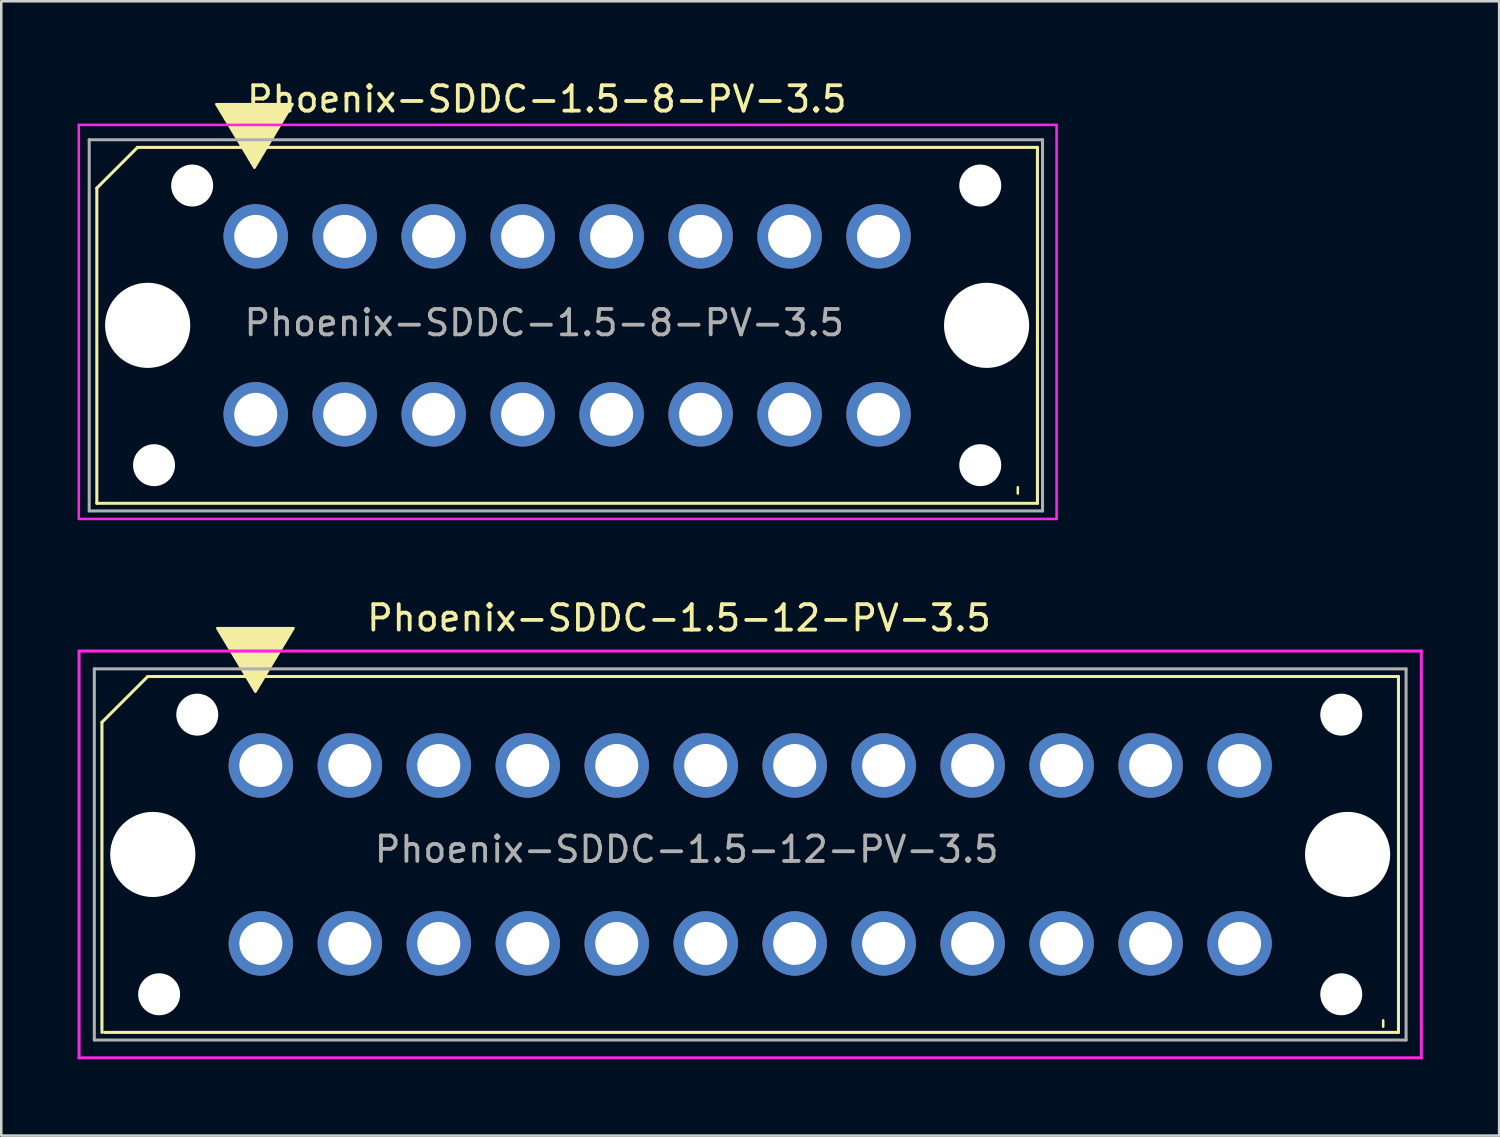
<source format=kicad_pcb>
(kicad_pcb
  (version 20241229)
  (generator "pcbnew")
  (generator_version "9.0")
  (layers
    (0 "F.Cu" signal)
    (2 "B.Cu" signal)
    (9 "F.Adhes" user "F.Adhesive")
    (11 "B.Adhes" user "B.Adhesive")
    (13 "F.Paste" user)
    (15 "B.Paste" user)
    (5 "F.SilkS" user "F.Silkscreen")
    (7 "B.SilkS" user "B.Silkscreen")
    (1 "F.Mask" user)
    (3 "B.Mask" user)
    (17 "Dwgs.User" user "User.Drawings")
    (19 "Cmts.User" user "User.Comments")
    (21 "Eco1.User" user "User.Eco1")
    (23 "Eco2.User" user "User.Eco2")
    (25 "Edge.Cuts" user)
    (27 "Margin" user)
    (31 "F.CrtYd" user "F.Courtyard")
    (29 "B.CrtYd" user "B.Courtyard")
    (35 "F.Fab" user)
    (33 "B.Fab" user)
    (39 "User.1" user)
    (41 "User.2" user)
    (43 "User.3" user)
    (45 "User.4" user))
  (footprint "Phoenix-SDDC-1.5-12-PV-3.5"
    (layer "F.Cu")
    (at 26.46 30.561)
    (property "Reference" "Phoenix-SDDC-1.5-12-PV-3.5" (at -2.8 -9.3 0) (layer "F.SilkS") (effects (font (size 1 1) (thickness 0.15))))
    (attr through_hole)
    (fp_line (start -25.5 -5.2) (end -23.7 -7) (stroke (width 0.12) (type solid)) (layer "F.SilkS"))
    (fp_line (start -25.5 7) (end -25.5 -5.2) (stroke (width 0.12) (type solid)) (layer "F.SilkS"))
    (fp_line (start -23.7 -7) (end 25.5 -7) (stroke (width 0.12) (type solid)) (layer "F.SilkS"))
    (fp_line (start 24.899 6.525) (end 24.899 6.775) (stroke (width 0.1) (type solid)) (layer "F.SilkS"))
    (fp_line (start 25.5 -7) (end 25.5 7) (stroke (width 0.12) (type solid)) (layer "F.SilkS"))
    (fp_line (start 25.5 7) (end -25.4 7) (stroke (width 0.12) (type solid)) (layer "F.SilkS"))
    (fp_poly (pts (xy -19.464 -6.4) (xy -20.964 -8.9) (xy -17.964 -8.9)) (stroke (width 0.1) (type solid)) (fill yes) (layer "F.SilkS"))
    (fp_line (start -26.4 -8) (end 26.4 -8) (stroke (width 0.12) (type solid)) (layer "F.CrtYd"))
    (fp_line (start -26.4 8) (end -26.4 -8) (stroke (width 0.12) (type solid)) (layer "F.CrtYd"))
    (fp_line (start 26.4 -8) (end 26.4 8) (stroke (width 0.12) (type solid)) (layer "F.CrtYd"))
    (fp_line (start 26.4 8) (end -26.4 8) (stroke (width 0.12) (type solid)) (layer "F.CrtYd"))
    (fp_line (start -25.8 -7.3) (end 25.8 -7.3) (stroke (width 0.12) (type solid)) (layer "F.Fab"))
    (fp_line (start -25.8 7.3) (end -25.8 -7.3) (stroke (width 0.12) (type solid)) (layer "F.Fab"))
    (fp_line (start 25.8 -7.3) (end 25.8 7.3) (stroke (width 0.12) (type solid)) (layer "F.Fab"))
    (fp_line (start 25.8 7.3) (end -25.8 7.3) (stroke (width 0.12) (type solid)) (layer "F.Fab"))
    (fp_text user "${REFERENCE}" (at -2.5 -0.2 0) (layer "F.Fab") (effects (font (size 1 1) (thickness 0.15))))
    (pad "" np_thru_hole circle (at -23.5 0) (size 3.35 3.35) (drill 3.35) (layers "*.Cu" "*.Mask"))
    (pad "" np_thru_hole circle (at -23.25 5.5) (size 1.65 1.65) (drill 1.65) (layers "*.Cu" "*.Mask"))
    (pad "" np_thru_hole circle (at -21.75 -5.5) (size 1.65 1.65) (drill 1.65) (layers "*.Cu" "*.Mask"))
    (pad "" np_thru_hole circle (at 23.25 -5.5) (size 1.65 1.65) (drill 1.65) (layers "*.Cu" "*.Mask"))
    (pad "" np_thru_hole circle (at 23.25 5.5) (size 1.65 1.65) (drill 1.65) (layers "*.Cu" "*.Mask"))
    (pad "" np_thru_hole circle (at 23.5 0) (size 3.35 3.35) (drill 3.35) (layers "*.Cu" "*.Mask"))
    (pad "A1" thru_hole circle (at -19.25 -3.5) (size 2.535 2.535) (drill 1.69) (layers "*.Cu" "*.Mask"))
    (pad "A2" thru_hole circle (at -15.75 -3.5) (size 2.535 2.535) (drill 1.69) (layers "*.Cu" "*.Mask"))
    (pad "A3" thru_hole circle (at -12.25 -3.5) (size 2.535 2.535) (drill 1.69) (layers "*.Cu" "*.Mask"))
    (pad "A4" thru_hole circle (at -8.75 -3.5) (size 2.535 2.535) (drill 1.69) (layers "*.Cu" "*.Mask"))
    (pad "A5" thru_hole circle (at -5.25 -3.5) (size 2.535 2.535) (drill 1.69) (layers "*.Cu" "*.Mask"))
    (pad "A6" thru_hole circle (at -1.75 -3.5) (size 2.535 2.535) (drill 1.69) (layers "*.Cu" "*.Mask"))
    (pad "A7" thru_hole circle (at 1.75 -3.5) (size 2.535 2.535) (drill 1.69) (layers "*.Cu" "*.Mask"))
    (pad "A8" thru_hole circle (at 5.25 -3.5) (size 2.535 2.535) (drill 1.69) (layers "*.Cu" "*.Mask"))
    (pad "A9" thru_hole circle (at 8.75 -3.5) (size 2.535 2.535) (drill 1.69) (layers "*.Cu" "*.Mask"))
    (pad "A10" thru_hole circle (at 12.25 -3.5) (size 2.535 2.535) (drill 1.69) (layers "*.Cu" "*.Mask"))
    (pad "A11" thru_hole circle (at 15.75 -3.5) (size 2.535 2.535) (drill 1.69) (layers "*.Cu" "*.Mask"))
    (pad "A12" thru_hole circle (at 19.25 -3.5) (size 2.535 2.535) (drill 1.69) (layers "*.Cu" "*.Mask"))
    (pad "B1" thru_hole circle (at -19.25 3.5) (size 2.535 2.535) (drill 1.69) (layers "*.Cu" "*.Mask"))
    (pad "B2" thru_hole circle (at -15.75 3.5) (size 2.535 2.535) (drill 1.69) (layers "*.Cu" "*.Mask"))
    (pad "B3" thru_hole circle (at -12.25 3.5) (size 2.535 2.535) (drill 1.69) (layers "*.Cu" "*.Mask"))
    (pad "B4" thru_hole circle (at -8.75 3.5) (size 2.535 2.535) (drill 1.69) (layers "*.Cu" "*.Mask"))
    (pad "B5" thru_hole circle (at -5.25 3.5) (size 2.535 2.535) (drill 1.69) (layers "*.Cu" "*.Mask"))
    (pad "B6" thru_hole circle (at -1.75 3.5) (size 2.535 2.535) (drill 1.69) (layers "*.Cu" "*.Mask"))
    (pad "B7" thru_hole circle (at 1.75 3.5) (size 2.535 2.535) (drill 1.69) (layers "*.Cu" "*.Mask"))
    (pad "B8" thru_hole circle (at 5.25 3.5) (size 2.535 2.535) (drill 1.69) (layers "*.Cu" "*.Mask"))
    (pad "B9" thru_hole circle (at 8.75 3.5) (size 2.535 2.535) (drill 1.69) (layers "*.Cu" "*.Mask"))
    (pad "B10" thru_hole circle (at 12.25 3.5) (size 2.535 2.535) (drill 1.69) (layers "*.Cu" "*.Mask"))
    (pad "B11" thru_hole circle (at 15.75 3.5) (size 2.535 2.535) (drill 1.69) (layers "*.Cu" "*.Mask"))
    (pad "B12" thru_hole circle (at 19.25 3.5) (size 2.535 2.535) (drill 1.69) (layers "*.Cu" "*.Mask")))
  (footprint "Phoenix-SDDC-1.5-8-PV-3.5"
    (layer "F.Cu")
    (at 19.259 9.748)
    (property "Reference" "Phoenix-SDDC-1.5-8-PV-3.5" (at -0.8 -8.9 0) (layer "F.SilkS") (effects (font (size 1 1) (thickness 0.15))))
    (attr through_hole)
    (fp_line (start -18.5 -5.4) (end -16.9 -7) (stroke (width 0.12) (type solid)) (layer "F.SilkS"))
    (fp_line (start -18.5 7) (end -18.5 -5.4) (stroke (width 0.12) (type solid)) (layer "F.SilkS"))
    (fp_line (start -16.9 -7) (end 18.5 -7) (stroke (width 0.12) (type solid)) (layer "F.SilkS"))
    (fp_line (start 17.728 6.365) (end 17.728 6.615) (stroke (width 0.1) (type solid)) (layer "F.SilkS"))
    (fp_line (start 18.5 -7) (end 18.5 7) (stroke (width 0.12) (type solid)) (layer "F.SilkS"))
    (fp_line (start 18.5 7) (end -18.5 7) (stroke (width 0.12) (type solid)) (layer "F.SilkS"))
    (fp_poly (pts (xy -12.3 -6.2) (xy -13.8 -8.7) (xy -10.8 -8.7)) (stroke (width 0.1) (type solid)) (fill yes) (layer "F.SilkS"))
    (fp_line (start -19.209 -7.885) (end 19.253 -7.885) (stroke (width 0.1) (type solid)) (layer "F.CrtYd"))
    (fp_line (start -19.209 7.615) (end -19.209 -7.885) (stroke (width 0.1) (type solid)) (layer "F.CrtYd"))
    (fp_line (start 19.253 -7.885) (end 19.253 7.615) (stroke (width 0.1) (type solid)) (layer "F.CrtYd"))
    (fp_line (start 19.253 7.615) (end -19.209 7.615) (stroke (width 0.1) (type solid)) (layer "F.CrtYd"))
    (fp_line (start -18.8 -7.3) (end 18.7 -7.3) (stroke (width 0.12) (type solid)) (layer "F.Fab"))
    (fp_line (start -18.8 7.3) (end -18.8 -7.3) (stroke (width 0.12) (type solid)) (layer "F.Fab"))
    (fp_line (start 18.7 -7.3) (end 18.7 7.3) (stroke (width 0.12) (type solid)) (layer "F.Fab"))
    (fp_line (start 18.7 7.3) (end -18.8 7.3) (stroke (width 0.12) (type solid)) (layer "F.Fab"))
    (fp_text user "${REFERENCE}" (at -0.9 -0.1 0) (layer "F.Fab") (effects (font (size 1 1) (thickness 0.15))))
    (pad "" np_thru_hole circle (at -16.5 0) (size 3.35 3.35) (drill 3.35) (layers "*.Cu" "*.Mask"))
    (pad "" np_thru_hole circle (at -16.25 5.5) (size 1.65 1.65) (drill 1.65) (layers "*.Cu" "*.Mask"))
    (pad "" np_thru_hole circle (at -14.75 -5.5) (size 1.65 1.65) (drill 1.65) (layers "*.Cu" "*.Mask"))
    (pad "" np_thru_hole circle (at 16.25 -5.5) (size 1.65 1.65) (drill 1.65) (layers "*.Cu" "*.Mask"))
    (pad "" np_thru_hole circle (at 16.25 5.5) (size 1.65 1.65) (drill 1.65) (layers "*.Cu" "*.Mask"))
    (pad "" np_thru_hole circle (at 16.5 0) (size 3.35 3.35) (drill 3.35) (layers "*.Cu" "*.Mask"))
    (pad "A1" thru_hole circle (at -12.25 -3.5) (size 2.535 2.535) (drill 1.69) (layers "*.Cu" "*.Mask"))
    (pad "A2" thru_hole circle (at -8.75 -3.5) (size 2.535 2.535) (drill 1.69) (layers "*.Cu" "*.Mask"))
    (pad "A3" thru_hole circle (at -5.25 -3.5) (size 2.535 2.535) (drill 1.69) (layers "*.Cu" "*.Mask"))
    (pad "A4" thru_hole circle (at -1.75 -3.5) (size 2.535 2.535) (drill 1.69) (layers "*.Cu" "*.Mask"))
    (pad "A5" thru_hole circle (at 1.75 -3.5) (size 2.535 2.535) (drill 1.69) (layers "*.Cu" "*.Mask"))
    (pad "A6" thru_hole circle (at 5.25 -3.5) (size 2.535 2.535) (drill 1.69) (layers "*.Cu" "*.Mask"))
    (pad "A7" thru_hole circle (at 8.75 -3.5) (size 2.535 2.535) (drill 1.69) (layers "*.Cu" "*.Mask"))
    (pad "A8" thru_hole circle (at 12.25 -3.5) (size 2.535 2.535) (drill 1.69) (layers "*.Cu" "*.Mask"))
    (pad "B1" thru_hole circle (at -12.25 3.5) (size 2.535 2.535) (drill 1.69) (layers "*.Cu" "*.Mask"))
    (pad "B2" thru_hole circle (at -8.75 3.5) (size 2.535 2.535) (drill 1.69) (layers "*.Cu" "*.Mask"))
    (pad "B3" thru_hole circle (at -5.25 3.5) (size 2.535 2.535) (drill 1.69) (layers "*.Cu" "*.Mask"))
    (pad "B4" thru_hole circle (at -1.75 3.5) (size 2.535 2.535) (drill 1.69) (layers "*.Cu" "*.Mask"))
    (pad "B5" thru_hole circle (at 1.75 3.5) (size 2.535 2.535) (drill 1.69) (layers "*.Cu" "*.Mask"))
    (pad "B6" thru_hole circle (at 5.25 3.5) (size 2.535 2.535) (drill 1.69) (layers "*.Cu" "*.Mask"))
    (pad "B7" thru_hole circle (at 8.75 3.5) (size 2.535 2.535) (drill 1.69) (layers "*.Cu" "*.Mask"))
    (pad "B8" thru_hole circle (at 12.25 3.5) (size 2.535 2.535) (drill 1.69) (layers "*.Cu" "*.Mask")))
  (gr_rect
    (start -3 -3)
    (end 55.92 41.621)
    (stroke (width 0.1) (type default))
    (fill no)
    (layer "Edge.Cuts")))
</source>
